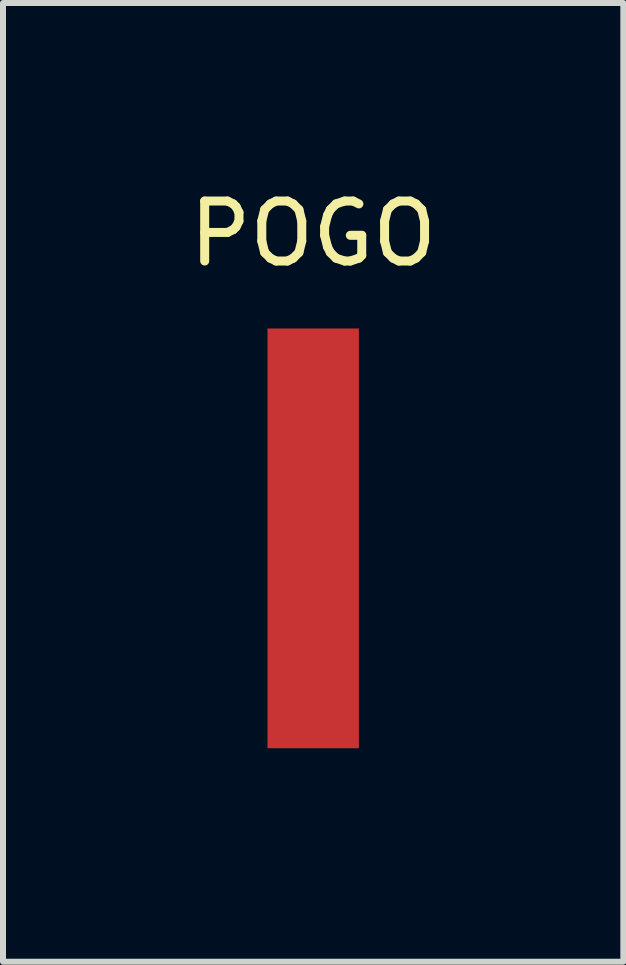
<source format=kicad_pcb>
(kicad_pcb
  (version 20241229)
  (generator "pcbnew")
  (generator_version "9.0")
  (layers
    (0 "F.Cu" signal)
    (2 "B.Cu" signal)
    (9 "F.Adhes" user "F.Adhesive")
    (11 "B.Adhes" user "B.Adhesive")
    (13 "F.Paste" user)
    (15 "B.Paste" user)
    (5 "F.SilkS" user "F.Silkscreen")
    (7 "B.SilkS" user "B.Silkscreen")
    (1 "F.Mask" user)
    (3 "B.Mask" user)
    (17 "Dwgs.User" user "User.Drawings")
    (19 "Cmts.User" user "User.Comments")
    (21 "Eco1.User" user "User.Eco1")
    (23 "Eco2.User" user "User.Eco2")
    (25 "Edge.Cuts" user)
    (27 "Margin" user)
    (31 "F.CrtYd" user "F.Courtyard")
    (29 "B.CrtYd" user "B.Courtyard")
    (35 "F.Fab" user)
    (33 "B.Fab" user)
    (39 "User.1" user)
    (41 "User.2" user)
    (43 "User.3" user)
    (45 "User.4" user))
  (footprint "POGO"
    (layer "F.Cu")
    (at 2.173 9.738)
    (property "Reference" "POGO" (at 0 -8.89 0) (layer "F.SilkS") (effects (font (size 1 1) (thickness 0.15))))
    (attr through_hole)
    (pad "1" smd rect (at 0 -3.81) (size 1.524 7) (layers "F.Cu" "F.Mask" "F.Paste")))
  (gr_rect
    (start -3 -3)
    (end 7.345 12.988)
    (stroke (width 0.1) (type default))
    (fill no)
    (layer "Edge.Cuts")))
</source>
